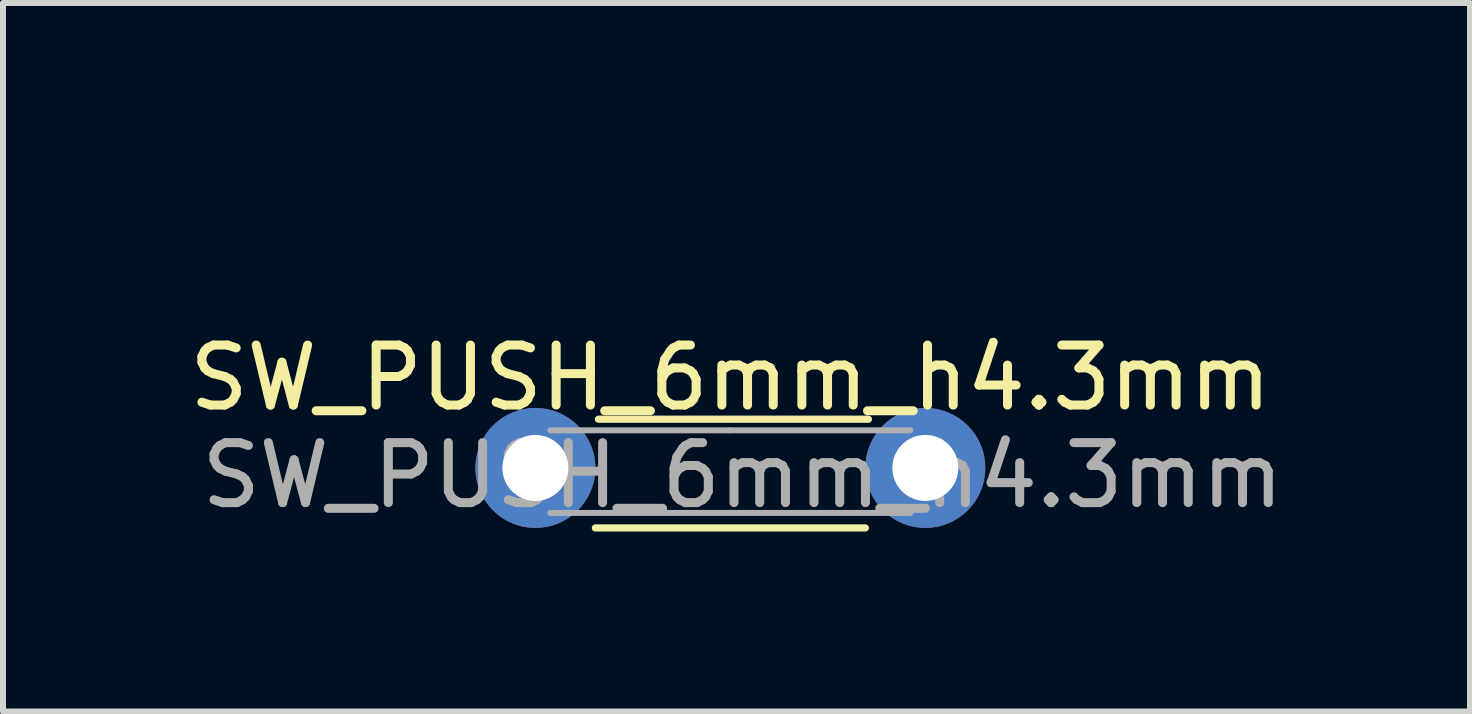
<source format=kicad_pcb>
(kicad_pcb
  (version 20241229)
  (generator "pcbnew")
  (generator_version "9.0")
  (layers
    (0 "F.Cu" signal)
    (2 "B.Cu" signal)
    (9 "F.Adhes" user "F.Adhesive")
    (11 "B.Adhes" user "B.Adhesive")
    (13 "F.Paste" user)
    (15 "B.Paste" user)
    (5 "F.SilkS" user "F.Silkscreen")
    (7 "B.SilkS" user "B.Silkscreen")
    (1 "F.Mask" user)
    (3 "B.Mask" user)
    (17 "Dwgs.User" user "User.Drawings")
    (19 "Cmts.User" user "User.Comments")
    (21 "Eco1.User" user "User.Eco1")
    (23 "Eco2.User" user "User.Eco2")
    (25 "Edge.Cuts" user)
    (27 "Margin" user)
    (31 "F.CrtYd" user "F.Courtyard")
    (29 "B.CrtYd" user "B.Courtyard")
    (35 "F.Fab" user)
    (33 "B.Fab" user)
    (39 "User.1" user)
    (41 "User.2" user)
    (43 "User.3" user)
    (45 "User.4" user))
  (footprint "SW_PUSH_6mm_h4.3mm"
    (layer "F.Cu")
    (at 5.874 0.25)
    (property "Reference" "SW_PUSH_6mm_h4.3mm" (at 3.251 2.997 0) (layer "F.SilkS") (effects (font (size 1 1) (thickness 0.15))))
    (attr through_hole)
    (fp_line (start 1 5.5) (end 5.5 5.5) (stroke (width 0.12) (type solid)) (layer "F.SilkS"))
    (fp_line (start 5.551 3.688) (end 1.051 3.688) (stroke (width 0.12) (type solid)) (layer "F.SilkS"))
    (fp_line (start 0.25 3.873) (end 3.25 3.873) (stroke (width 0.1) (type solid)) (layer "F.Fab"))
    (fp_line (start 3.25 3.873) (end 6.25 3.873) (stroke (width 0.1) (type solid)) (layer "F.Fab"))
    (fp_line (start 6.25 5.25) (end 0.25 5.25) (stroke (width 0.1) (type solid)) (layer "F.Fab"))
    (fp_text user "${REFERENCE}" (at 3.454 4.623 0) (layer "F.Fab") (effects (font (size 1 1) (thickness 0.15))))
    (pad "1" thru_hole circle (at 0 4.5 90) (size 2 2) (drill 1.1) (layers "*.Cu" "*.Mask"))
    (pad "2" thru_hole circle (at 6.5 4.5 90) (size 2 2) (drill 1.1) (layers "*.Cu" "*.Mask")))
  (gr_rect
    (start -3 -3)
    (end 21.453 8.81)
    (stroke (width 0.1) (type default))
    (fill no)
    (layer "Edge.Cuts")))
</source>
